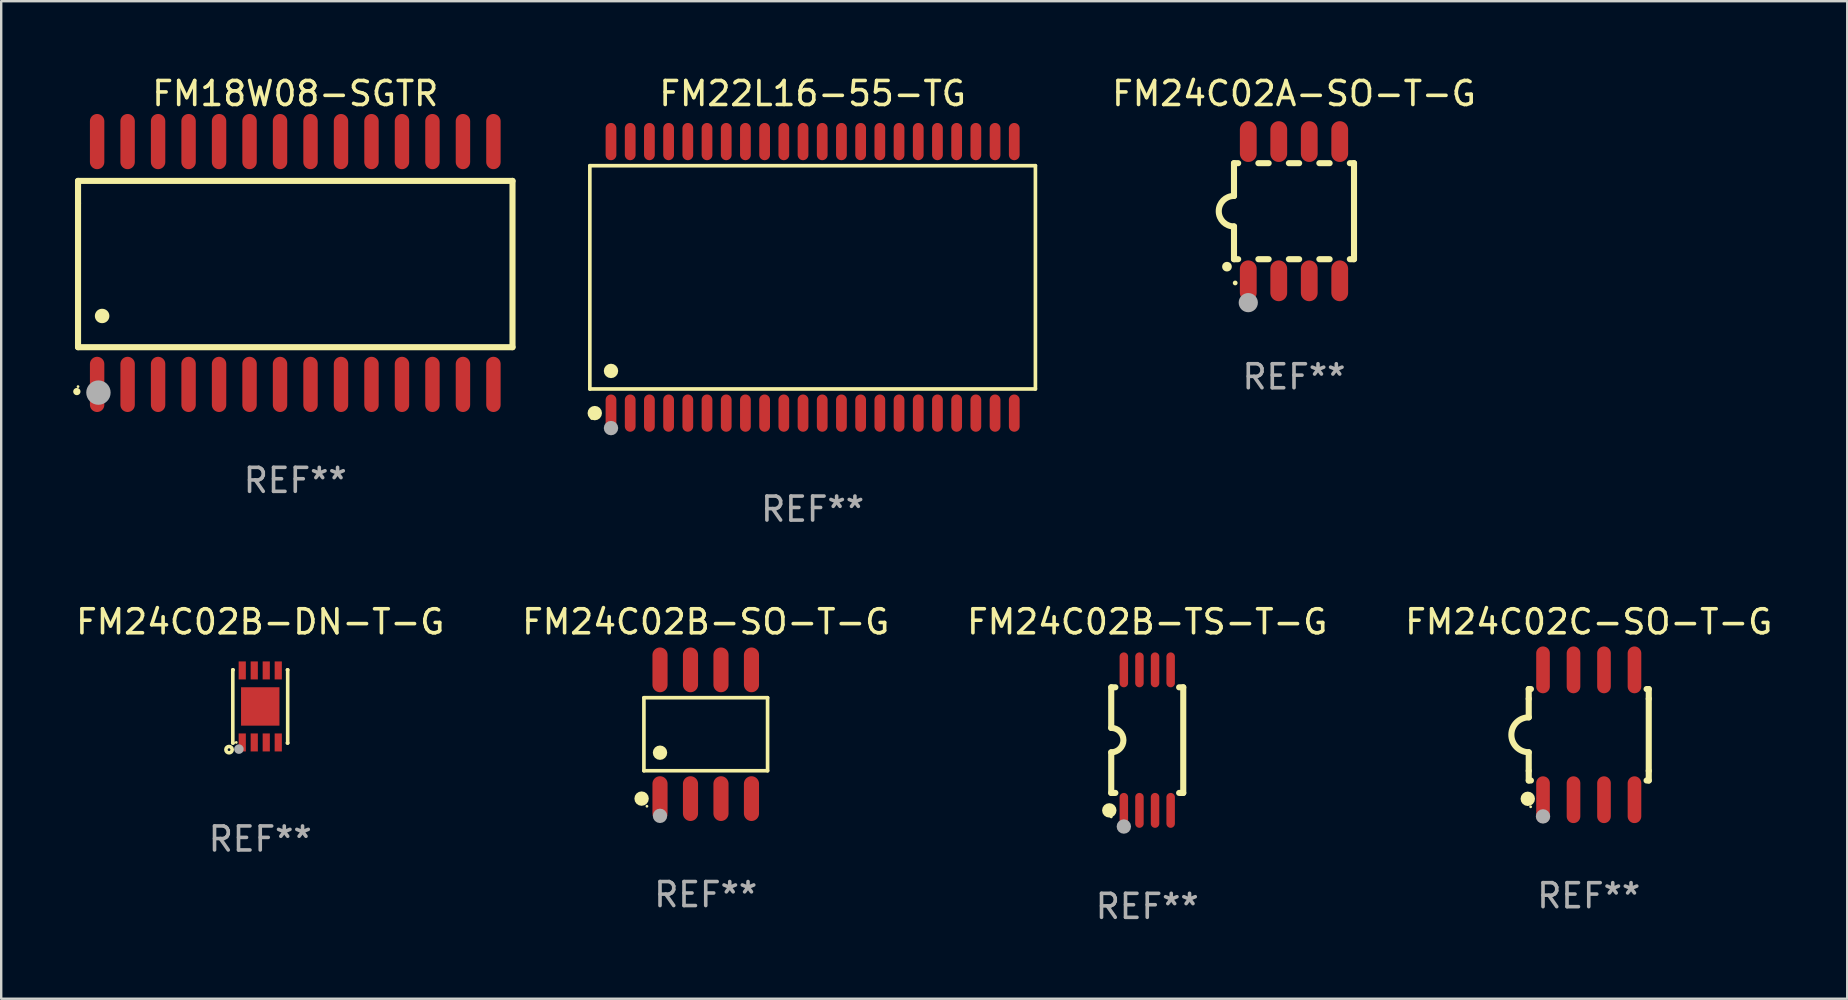
<source format=kicad_pcb>
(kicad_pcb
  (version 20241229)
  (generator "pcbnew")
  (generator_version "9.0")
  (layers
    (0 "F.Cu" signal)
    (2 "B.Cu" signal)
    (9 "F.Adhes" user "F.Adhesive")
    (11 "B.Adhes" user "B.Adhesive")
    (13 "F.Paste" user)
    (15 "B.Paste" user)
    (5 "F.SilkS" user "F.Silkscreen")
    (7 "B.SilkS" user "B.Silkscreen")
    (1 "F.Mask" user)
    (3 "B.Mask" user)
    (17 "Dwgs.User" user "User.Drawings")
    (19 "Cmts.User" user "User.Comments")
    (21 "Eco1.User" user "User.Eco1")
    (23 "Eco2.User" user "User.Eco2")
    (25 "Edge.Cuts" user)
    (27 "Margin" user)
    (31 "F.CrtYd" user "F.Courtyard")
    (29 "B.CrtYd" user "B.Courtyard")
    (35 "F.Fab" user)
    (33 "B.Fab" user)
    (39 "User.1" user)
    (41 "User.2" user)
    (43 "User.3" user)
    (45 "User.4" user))
  (footprint "FM24C02A-SO-T-G"
    (layer "F.Cu")
    (at 50.858 5.748)
    (property "Reference" "FM24C02A-SO-T-G" (at 0 -4.9 0) (layer "F.SilkS") (effects (font (size 1 1) (thickness 0.15))))
    (attr through_hole)
    (fp_line (start -2.5 -2) (end -2.5 -0.635) (stroke (width 0.254) (type solid)) (layer "F.SilkS"))
    (fp_line (start -2.5 -2) (end -2.326 -2) (stroke (width 0.254) (type solid)) (layer "F.SilkS"))
    (fp_line (start -2.5 2) (end -2.5 0.635) (stroke (width 0.254) (type solid)) (layer "F.SilkS"))
    (fp_line (start -2.5 2) (end -2.326 2) (stroke (width 0.254) (type solid)) (layer "F.SilkS"))
    (fp_line (start -1.484 -2) (end -1.056 -2) (stroke (width 0.254) (type solid)) (layer "F.SilkS"))
    (fp_line (start -1.484 2) (end -1.056 2) (stroke (width 0.254) (type solid)) (layer "F.SilkS"))
    (fp_line (start -0.214 -2) (end 0.214 -2) (stroke (width 0.254) (type solid)) (layer "F.SilkS"))
    (fp_line (start -0.214 2) (end 0.214 2) (stroke (width 0.254) (type solid)) (layer "F.SilkS"))
    (fp_line (start 1.056 -2) (end 1.484 -2) (stroke (width 0.254) (type solid)) (layer "F.SilkS"))
    (fp_line (start 1.056 2) (end 1.484 2) (stroke (width 0.254) (type solid)) (layer "F.SilkS"))
    (fp_line (start 2.326 -2) (end 2.5 -2) (stroke (width 0.254) (type solid)) (layer "F.SilkS"))
    (fp_line (start 2.326 2) (end 2.5 2) (stroke (width 0.254) (type solid)) (layer "F.SilkS"))
    (fp_line (start 2.5 -2) (end 2.5 2) (stroke (width 0.254) (type solid)) (layer "F.SilkS"))
    (fp_arc (start -2.794006 2.311405) (mid -2.792736 2.311401) (end -2.791466 2.311405) (stroke (width 0.4) (type solid)) (layer "F.SilkS"))
    (fp_arc (start -2.5 0.635001) (mid -3.134366 -0.000318) (end -2.499365 -0.635001) (stroke (width 0.254001) (type solid)) (layer "F.SilkS"))
    (fp_circle (center -2.45 2.99) (end -2.4 2.99) (stroke (width 0.1) (type solid)) (fill no) (layer "F.SilkS"))
    (fp_circle (center -1.905 3.81) (end -1.705 3.81) (stroke (width 0.4) (type solid)) (fill no) (layer "F.Fab"))
    (fp_text user "REF**" (at 0 6.9 0) (layer "F.Fab") (effects (font (size 1 1) (thickness 0.15))))
    (pad "1" smd oval (at -1.905 2.9 180) (size 0.7 1.7) (layers "F.Cu" "F.Mask" "F.Paste"))
    (pad "2" smd oval (at -0.635 2.9 180) (size 0.7 1.7) (layers "F.Cu" "F.Mask" "F.Paste"))
    (pad "3" smd oval (at 0.635 2.9 180) (size 0.7 1.7) (layers "F.Cu" "F.Mask" "F.Paste"))
    (pad "4" smd oval (at 1.905 2.9 180) (size 0.7 1.7) (layers "F.Cu" "F.Mask" "F.Paste"))
    (pad "5" smd oval (at 1.905 -2.9 180) (size 0.7 1.7) (layers "F.Cu" "F.Mask" "F.Paste"))
    (pad "6" smd oval (at 0.635 -2.9 180) (size 0.7 1.7) (layers "F.Cu" "F.Mask" "F.Paste"))
    (pad "7" smd oval (at -0.635 -2.9 180) (size 0.7 1.7) (layers "F.Cu" "F.Mask" "F.Paste"))
    (pad "8" smd oval (at -1.905 -2.9 180) (size 0.7 1.7) (layers "F.Cu" "F.Mask" "F.Paste")))
  (footprint "FM22L16-55-TG"
    (layer "F.Cu")
    (at 30.804 8.504)
    (property "Reference" "FM22L16-55-TG" (at 0 -7.656 0) (layer "F.SilkS") (effects (font (size 1 1) (thickness 0.15))))
    (attr through_hole)
    (fp_line (start -9.281 -4.651) (end 9.281 -4.651) (stroke (width 0.152) (type solid)) (layer "F.SilkS"))
    (fp_line (start -9.281 4.651) (end -9.281 -4.651) (stroke (width 0.152) (type solid)) (layer "F.SilkS"))
    (fp_line (start 9.281 -4.651) (end 9.281 4.651) (stroke (width 0.152) (type solid)) (layer "F.SilkS"))
    (fp_line (start 9.281 4.651) (end -9.281 4.651) (stroke (width 0.152) (type solid)) (layer "F.SilkS"))
    (fp_circle (center -9.205 5.88) (end -9.175 5.88) (stroke (width 0.06) (type solid)) (fill no) (layer "F.SilkS"))
    (fp_circle (center -9.076 5.656) (end -8.926 5.656) (stroke (width 0.3) (type solid)) (fill no) (layer "F.SilkS"))
    (fp_circle (center -8.4 3.899) (end -8.25 3.899) (stroke (width 0.3) (type solid)) (fill no) (layer "F.SilkS"))
    (fp_circle (center -8.4 6.28) (end -8.25 6.28) (stroke (width 0.3) (type solid)) (fill no) (layer "F.Fab"))
    (fp_text user "REF**" (at 0 9.656 0) (layer "F.Fab") (effects (font (size 1 1) (thickness 0.15))))
    (pad "1" smd oval (at -8.4 5.656) (size 0.448 1.551) (layers "F.Cu" "F.Mask" "F.Paste"))
    (pad "2" smd oval (at -7.6 5.656) (size 0.448 1.551) (layers "F.Cu" "F.Mask" "F.Paste"))
    (pad "3" smd oval (at -6.8 5.656) (size 0.448 1.551) (layers "F.Cu" "F.Mask" "F.Paste"))
    (pad "4" smd oval (at -6 5.656) (size 0.448 1.551) (layers "F.Cu" "F.Mask" "F.Paste"))
    (pad "5" smd oval (at -5.2 5.656) (size 0.448 1.551) (layers "F.Cu" "F.Mask" "F.Paste"))
    (pad "6" smd oval (at -4.4 5.656) (size 0.448 1.551) (layers "F.Cu" "F.Mask" "F.Paste"))
    (pad "7" smd oval (at -3.6 5.656) (size 0.448 1.551) (layers "F.Cu" "F.Mask" "F.Paste"))
    (pad "8" smd oval (at -2.8 5.656) (size 0.448 1.551) (layers "F.Cu" "F.Mask" "F.Paste"))
    (pad "9" smd oval (at -2 5.656) (size 0.448 1.551) (layers "F.Cu" "F.Mask" "F.Paste"))
    (pad "10" smd oval (at -1.2 5.656) (size 0.448 1.551) (layers "F.Cu" "F.Mask" "F.Paste"))
    (pad "11" smd oval (at -0.4 5.656) (size 0.448 1.551) (layers "F.Cu" "F.Mask" "F.Paste"))
    (pad "12" smd oval (at 0.4 5.656) (size 0.448 1.551) (layers "F.Cu" "F.Mask" "F.Paste"))
    (pad "13" smd oval (at 1.2 5.656) (size 0.448 1.551) (layers "F.Cu" "F.Mask" "F.Paste"))
    (pad "14" smd oval (at 2 5.656) (size 0.448 1.551) (layers "F.Cu" "F.Mask" "F.Paste"))
    (pad "15" smd oval (at 2.8 5.656) (size 0.448 1.551) (layers "F.Cu" "F.Mask" "F.Paste"))
    (pad "16" smd oval (at 3.6 5.656) (size 0.448 1.551) (layers "F.Cu" "F.Mask" "F.Paste"))
    (pad "17" smd oval (at 4.4 5.656) (size 0.448 1.551) (layers "F.Cu" "F.Mask" "F.Paste"))
    (pad "18" smd oval (at 5.2 5.656) (size 0.448 1.551) (layers "F.Cu" "F.Mask" "F.Paste"))
    (pad "19" smd oval (at 6 5.656) (size 0.448 1.551) (layers "F.Cu" "F.Mask" "F.Paste"))
    (pad "20" smd oval (at 6.8 5.656) (size 0.448 1.551) (layers "F.Cu" "F.Mask" "F.Paste"))
    (pad "21" smd oval (at 7.6 5.656) (size 0.448 1.551) (layers "F.Cu" "F.Mask" "F.Paste"))
    (pad "22" smd oval (at 8.4 5.656) (size 0.448 1.551) (layers "F.Cu" "F.Mask" "F.Paste"))
    (pad "23" smd oval (at 8.4 -5.656) (size 0.448 1.551) (layers "F.Cu" "F.Mask" "F.Paste"))
    (pad "24" smd oval (at 7.6 -5.656) (size 0.448 1.551) (layers "F.Cu" "F.Mask" "F.Paste"))
    (pad "25" smd oval (at 6.8 -5.656) (size 0.448 1.551) (layers "F.Cu" "F.Mask" "F.Paste"))
    (pad "26" smd oval (at 6 -5.656) (size 0.448 1.551) (layers "F.Cu" "F.Mask" "F.Paste"))
    (pad "27" smd oval (at 5.2 -5.656) (size 0.448 1.551) (layers "F.Cu" "F.Mask" "F.Paste"))
    (pad "28" smd oval (at 4.4 -5.656) (size 0.448 1.551) (layers "F.Cu" "F.Mask" "F.Paste"))
    (pad "29" smd oval (at 3.6 -5.656) (size 0.448 1.551) (layers "F.Cu" "F.Mask" "F.Paste"))
    (pad "30" smd oval (at 2.8 -5.656) (size 0.448 1.551) (layers "F.Cu" "F.Mask" "F.Paste"))
    (pad "31" smd oval (at 2 -5.656) (size 0.448 1.551) (layers "F.Cu" "F.Mask" "F.Paste"))
    (pad "32" smd oval (at 1.2 -5.656) (size 0.448 1.551) (layers "F.Cu" "F.Mask" "F.Paste"))
    (pad "33" smd oval (at 0.4 -5.656) (size 0.448 1.551) (layers "F.Cu" "F.Mask" "F.Paste"))
    (pad "34" smd oval (at -0.4 -5.656) (size 0.448 1.551) (layers "F.Cu" "F.Mask" "F.Paste"))
    (pad "35" smd oval (at -1.2 -5.656) (size 0.448 1.551) (layers "F.Cu" "F.Mask" "F.Paste"))
    (pad "36" smd oval (at -2 -5.656) (size 0.448 1.551) (layers "F.Cu" "F.Mask" "F.Paste"))
    (pad "37" smd oval (at -2.8 -5.656) (size 0.448 1.551) (layers "F.Cu" "F.Mask" "F.Paste"))
    (pad "38" smd oval (at -3.6 -5.656) (size 0.448 1.551) (layers "F.Cu" "F.Mask" "F.Paste"))
    (pad "39" smd oval (at -4.4 -5.656) (size 0.448 1.551) (layers "F.Cu" "F.Mask" "F.Paste"))
    (pad "40" smd oval (at -5.2 -5.656) (size 0.448 1.551) (layers "F.Cu" "F.Mask" "F.Paste"))
    (pad "41" smd oval (at -6 -5.656) (size 0.448 1.551) (layers "F.Cu" "F.Mask" "F.Paste"))
    (pad "42" smd oval (at -6.8 -5.656) (size 0.448 1.551) (layers "F.Cu" "F.Mask" "F.Paste"))
    (pad "43" smd oval (at -7.6 -5.656) (size 0.448 1.551) (layers "F.Cu" "F.Mask" "F.Paste"))
    (pad "44" smd oval (at -8.4 -5.656) (size 0.448 1.551) (layers "F.Cu" "F.Mask" "F.Paste")))
  (footprint "FM18W08-SGTR"
    (layer "F.Cu")
    (at 9.251 7.906)
    (property "Reference" "FM18W08-SGTR" (at 0 -7.058 0) (layer "F.SilkS") (effects (font (size 1 1) (thickness 0.15))))
    (attr through_hole)
    (fp_line (start -9.05 -3.42) (end 9.05 -3.42) (stroke (width 0.254) (type solid)) (layer "F.SilkS"))
    (fp_line (start -9.05 -2.492) (end -9.05 -3.42) (stroke (width 0.254) (type solid)) (layer "F.SilkS"))
    (fp_line (start -9.05 3.508) (end -9.05 -2.492) (stroke (width 0.254) (type solid)) (layer "F.SilkS"))
    (fp_line (start 9.05 -3.42) (end 9.05 3.508) (stroke (width 0.254) (type solid)) (layer "F.SilkS"))
    (fp_line (start 9.05 3.508) (end -9.05 3.508) (stroke (width 0.254) (type solid)) (layer "F.SilkS"))
    (fp_arc (start -9.100838 5.35649) (mid -9.099568 5.356485) (end -9.098298 5.35649) (stroke (width 0.3) (type solid)) (layer "F.SilkS"))
    (fp_arc (start -8.049276 2.206883) (mid -8.046736 2.206872) (end -8.044196 2.206883) (stroke (width 0.6) (type solid)) (layer "F.SilkS"))
    (fp_circle (center -9.05 5.15) (end -9.02 5.15) (stroke (width 0.06) (type solid)) (fill no) (layer "F.SilkS"))
    (fp_circle (center -8.2 5.4) (end -7.946 5.4) (stroke (width 0.508) (type solid)) (fill no) (layer "F.Fab"))
    (fp_text user "REF**" (at 0 9.058 0) (layer "F.Fab") (effects (font (size 1 1) (thickness 0.15))))
    (pad "1" smd oval (at -8.255 5.058 180) (size 0.6 2.3) (layers "F.Cu" "F.Mask" "F.Paste"))
    (pad "2" smd oval (at -6.985 5.058 180) (size 0.6 2.3) (layers "F.Cu" "F.Mask" "F.Paste"))
    (pad "3" smd oval (at -5.715 5.058 180) (size 0.6 2.3) (layers "F.Cu" "F.Mask" "F.Paste"))
    (pad "4" smd oval (at -4.445 5.058 180) (size 0.6 2.3) (layers "F.Cu" "F.Mask" "F.Paste"))
    (pad "5" smd oval (at -3.175 5.058 180) (size 0.6 2.3) (layers "F.Cu" "F.Mask" "F.Paste"))
    (pad "6" smd oval (at -1.905 5.058 180) (size 0.6 2.3) (layers "F.Cu" "F.Mask" "F.Paste"))
    (pad "7" smd oval (at -0.635 5.058 180) (size 0.6 2.3) (layers "F.Cu" "F.Mask" "F.Paste"))
    (pad "8" smd oval (at 0.635 5.058 180) (size 0.6 2.3) (layers "F.Cu" "F.Mask" "F.Paste"))
    (pad "9" smd oval (at 1.905 5.058 180) (size 0.6 2.3) (layers "F.Cu" "F.Mask" "F.Paste"))
    (pad "10" smd oval (at 3.175 5.058 180) (size 0.6 2.3) (layers "F.Cu" "F.Mask" "F.Paste"))
    (pad "11" smd oval (at 4.445 5.058 180) (size 0.6 2.3) (layers "F.Cu" "F.Mask" "F.Paste"))
    (pad "12" smd oval (at 5.715 5.058 180) (size 0.6 2.3) (layers "F.Cu" "F.Mask" "F.Paste"))
    (pad "13" smd oval (at 6.985 5.058 180) (size 0.6 2.3) (layers "F.Cu" "F.Mask" "F.Paste"))
    (pad "14" smd oval (at 8.255 5.058 180) (size 0.6 2.3) (layers "F.Cu" "F.Mask" "F.Paste"))
    (pad "15" smd oval (at 8.255 -5.058 180) (size 0.6 2.3) (layers "F.Cu" "F.Mask" "F.Paste"))
    (pad "16" smd oval (at 6.985 -5.058 180) (size 0.6 2.3) (layers "F.Cu" "F.Mask" "F.Paste"))
    (pad "17" smd oval (at 5.715 -5.058 180) (size 0.6 2.3) (layers "F.Cu" "F.Mask" "F.Paste"))
    (pad "18" smd oval (at 4.445 -5.058 180) (size 0.6 2.3) (layers "F.Cu" "F.Mask" "F.Paste"))
    (pad "19" smd oval (at 3.175 -5.058 180) (size 0.6 2.3) (layers "F.Cu" "F.Mask" "F.Paste"))
    (pad "20" smd oval (at 1.905 -5.058 180) (size 0.6 2.3) (layers "F.Cu" "F.Mask" "F.Paste"))
    (pad "21" smd oval (at 0.635 -5.058 180) (size 0.6 2.3) (layers "F.Cu" "F.Mask" "F.Paste"))
    (pad "22" smd oval (at -0.635 -5.058 180) (size 0.6 2.3) (layers "F.Cu" "F.Mask" "F.Paste"))
    (pad "23" smd oval (at -1.905 -5.058 180) (size 0.6 2.3) (layers "F.Cu" "F.Mask" "F.Paste"))
    (pad "24" smd oval (at -3.175 -5.058 180) (size 0.6 2.3) (layers "F.Cu" "F.Mask" "F.Paste"))
    (pad "25" smd oval (at -4.445 -5.058 180) (size 0.6 2.3) (layers "F.Cu" "F.Mask" "F.Paste"))
    (pad "26" smd oval (at -5.715 -5.058 180) (size 0.6 2.3) (layers "F.Cu" "F.Mask" "F.Paste"))
    (pad "27" smd oval (at -6.985 -5.058 180) (size 0.6 2.3) (layers "F.Cu" "F.Mask" "F.Paste"))
    (pad "28" smd oval (at -8.255 -5.058 180) (size 0.6 2.3) (layers "F.Cu" "F.Mask" "F.Paste")))
  (footprint "FM24C02B-TS-T-G"
    (layer "F.Cu")
    (at 44.744 27.783)
    (property "Reference" "FM24C02B-TS-T-G" (at 0 -4.927 0) (layer "F.SilkS") (effects (font (size 1 1) (thickness 0.15))))
    (attr through_hole)
    (fp_line (start -1.5 -2.2) (end -1.5 -0.508) (stroke (width 0.254) (type solid)) (layer "F.SilkS"))
    (fp_line (start -1.5 -2.2) (end -1.328 -2.2) (stroke (width 0.254) (type solid)) (layer "F.SilkS"))
    (fp_line (start -1.5 2.2) (end -1.5 0.508) (stroke (width 0.254) (type solid)) (layer "F.SilkS"))
    (fp_line (start -1.5 2.2) (end -1.328 2.2) (stroke (width 0.254) (type solid)) (layer "F.SilkS"))
    (fp_line (start 1.328 -2.2) (end 1.5 -2.2) (stroke (width 0.254) (type solid)) (layer "F.SilkS"))
    (fp_line (start 1.328 2.2) (end 1.5 2.2) (stroke (width 0.254) (type solid)) (layer "F.SilkS"))
    (fp_line (start 1.5 -2.2) (end 1.5 2.2) (stroke (width 0.254) (type solid)) (layer "F.SilkS"))
    (fp_arc (start -1.501144 -0.508) (mid -0.993143 -0.000571) (end -1.5 0.508001) (stroke (width 0.254001) (type solid)) (layer "F.SilkS"))
    (fp_circle (center -1.581 2.927) (end -1.431 2.927) (stroke (width 0.3) (type solid)) (fill no) (layer "F.SilkS"))
    (fp_circle (center -1.5 3.2) (end -1.47 3.2) (stroke (width 0.06) (type solid)) (fill no) (layer "F.SilkS"))
    (fp_circle (center -0.975 3.6) (end -0.825 3.6) (stroke (width 0.3) (type solid)) (fill no) (layer "F.Fab"))
    (fp_text user "REF**" (at 0 6.927 0) (layer "F.Fab") (effects (font (size 1 1) (thickness 0.15))))
    (pad "1" smd oval (at -0.975 2.927) (size 0.353 1.454) (layers "F.Cu" "F.Mask" "F.Paste"))
    (pad "2" smd oval (at -0.325 2.927) (size 0.353 1.454) (layers "F.Cu" "F.Mask" "F.Paste"))
    (pad "3" smd oval (at 0.325 2.927) (size 0.353 1.454) (layers "F.Cu" "F.Mask" "F.Paste"))
    (pad "4" smd oval (at 0.975 2.927) (size 0.353 1.454) (layers "F.Cu" "F.Mask" "F.Paste"))
    (pad "5" smd oval (at 0.975 -2.927) (size 0.353 1.454) (layers "F.Cu" "F.Mask" "F.Paste"))
    (pad "6" smd oval (at 0.325 -2.927) (size 0.353 1.454) (layers "F.Cu" "F.Mask" "F.Paste"))
    (pad "7" smd oval (at -0.325 -2.927) (size 0.353 1.454) (layers "F.Cu" "F.Mask" "F.Paste"))
    (pad "8" smd oval (at -0.975 -2.927) (size 0.353 1.454) (layers "F.Cu" "F.Mask" "F.Paste")))
  (footprint "FM24C02C-SO-T-G"
    (layer "F.Cu")
    (at 63.137 27.561)
    (property "Reference" "FM24C02C-SO-T-G" (at 0 -4.705 0) (layer "F.SilkS") (effects (font (size 1 1) (thickness 0.15))))
    (attr through_hole)
    (fp_line (start -2.5 -1.905) (end -2.409 -1.905) (stroke (width 0.254) (type solid)) (layer "F.SilkS"))
    (fp_line (start -2.5 -1.5) (end -2.5 -1.905) (stroke (width 0.254) (type solid)) (layer "F.SilkS"))
    (fp_line (start -2.5 -1.5) (end -2.5 -0.726) (stroke (width 0.254) (type solid)) (layer "F.SilkS"))
    (fp_line (start -2.5 1.5) (end -2.5 0.727) (stroke (width 0.254) (type solid)) (layer "F.SilkS"))
    (fp_line (start -2.5 1.5) (end -2.5 1.905) (stroke (width 0.254) (type solid)) (layer "F.SilkS"))
    (fp_line (start -2.5 1.905) (end -2.409 1.905) (stroke (width 0.254) (type solid)) (layer "F.SilkS"))
    (fp_line (start 2.5 -1.905) (end 2.409 -1.905) (stroke (width 0.254) (type solid)) (layer "F.SilkS"))
    (fp_line (start 2.5 -1.5) (end 2.5 -1.905) (stroke (width 0.254) (type solid)) (layer "F.SilkS"))
    (fp_line (start 2.5 -1.5) (end 2.5 1.5) (stroke (width 0.254) (type solid)) (layer "F.SilkS"))
    (fp_line (start 2.5 1.5) (end 2.5 1.905) (stroke (width 0.254) (type solid)) (layer "F.SilkS"))
    (fp_line (start 2.5 1.905) (end 2.409 1.905) (stroke (width 0.254) (type solid)) (layer "F.SilkS"))
    (fp_arc (start -2.5 0.726568) (mid -3.220316 -0.0023) (end -2.495097 -0.726289) (stroke (width 0.254001) (type solid)) (layer "F.SilkS"))
    (fp_circle (center -2.54 2.667) (end -2.39 2.667) (stroke (width 0.3) (type solid)) (fill no) (layer "F.SilkS"))
    (fp_circle (center -2.42 3) (end -2.39 3) (stroke (width 0.06) (type solid)) (fill no) (layer "F.SilkS"))
    (fp_circle (center -1.905 3.4) (end -1.755 3.4) (stroke (width 0.3) (type solid)) (fill no) (layer "F.Fab"))
    (fp_text user "REF**" (at 0 6.705 0) (layer "F.Fab") (effects (font (size 1 1) (thickness 0.15))))
    (pad "1" smd oval (at -1.905 2.705) (size 0.568 1.95) (layers "F.Cu" "F.Mask" "F.Paste"))
    (pad "2" smd oval (at -0.635 2.705) (size 0.568 1.95) (layers "F.Cu" "F.Mask" "F.Paste"))
    (pad "3" smd oval (at 0.635 2.705) (size 0.568 1.95) (layers "F.Cu" "F.Mask" "F.Paste"))
    (pad "4" smd oval (at 1.905 2.705) (size 0.568 1.95) (layers "F.Cu" "F.Mask" "F.Paste"))
    (pad "5" smd oval (at 1.905 -2.705) (size 0.568 1.95) (layers "F.Cu" "F.Mask" "F.Paste"))
    (pad "6" smd oval (at 0.635 -2.705) (size 0.568 1.95) (layers "F.Cu" "F.Mask" "F.Paste"))
    (pad "7" smd oval (at -0.635 -2.705) (size 0.568 1.95) (layers "F.Cu" "F.Mask" "F.Paste"))
    (pad "8" smd oval (at -1.905 -2.705) (size 0.568 1.95) (layers "F.Cu" "F.Mask" "F.Paste")))
  (footprint "FM24C02B-DN-T-G"
    (layer "F.Cu")
    (at 7.792 26.38)
    (property "Reference" "FM24C02B-DN-T-G" (at 0 -3.524 0) (layer "F.SilkS") (effects (font (size 1 1) (thickness 0.15))))
    (attr through_hole)
    (fp_line (start -1.143 -1.524) (end -1.143 1.524) (stroke (width 0.15) (type solid)) (layer "F.SilkS"))
    (fp_line (start -1.143 1.524) (end -1.129 1.524) (stroke (width 0.15) (type solid)) (layer "F.SilkS"))
    (fp_line (start -1.129 -1.524) (end -1.143 -1.524) (stroke (width 0.15) (type solid)) (layer "F.SilkS"))
    (fp_line (start 1.129 1.524) (end 1.143 1.524) (stroke (width 0.15) (type solid)) (layer "F.SilkS"))
    (fp_line (start 1.143 -1.524) (end 1.129 -1.524) (stroke (width 0.15) (type solid)) (layer "F.SilkS"))
    (fp_line (start 1.143 1.524) (end 1.143 -1.524) (stroke (width 0.15) (type solid)) (layer "F.SilkS"))
    (fp_circle (center -1.3 1.8) (end -1.243 1.8) (stroke (width 0.15) (type solid)) (fill no) (layer "F.SilkS"))
    (fp_circle (center -1 1.5) (end -0.97 1.5) (stroke (width 0.06) (type solid)) (fill no) (layer "F.SilkS"))
    (fp_circle (center -0.889 1.778) (end -0.789 1.778) (stroke (width 0.2) (type solid)) (fill no) (layer "F.Fab"))
    (fp_text user "REF**" (at 0 5.524 0) (layer "F.Fab") (effects (font (size 1 1) (thickness 0.15))))
    (pad "1" smd rect (at -0.75 1.5 90) (size 0.75 0.3) (layers "F.Cu" "F.Mask" "F.Paste"))
    (pad "2" smd rect (at -0.25 1.5 90) (size 0.75 0.3) (layers "F.Cu" "F.Mask" "F.Paste"))
    (pad "3" smd rect (at 0.25 1.5 90) (size 0.75 0.3) (layers "F.Cu" "F.Mask" "F.Paste"))
    (pad "4" smd rect (at 0.75 1.5 90) (size 0.75 0.3) (layers "F.Cu" "F.Mask" "F.Paste"))
    (pad "5" smd rect (at 0.75 -1.5 90) (size 0.75 0.3) (layers "F.Cu" "F.Mask" "F.Paste"))
    (pad "6" smd rect (at 0.25 -1.5 90) (size 0.75 0.3) (layers "F.Cu" "F.Mask" "F.Paste"))
    (pad "7" smd rect (at -0.25 -1.5 90) (size 0.75 0.3) (layers "F.Cu" "F.Mask" "F.Paste"))
    (pad "8" smd rect (at -0.75 -1.5 90) (size 0.75 0.3) (layers "F.Cu" "F.Mask" "F.Paste"))
    (pad "9" smd rect (at -0.000203 0.000457 90) (size 1.6 1.6) (layers "F.Cu" "F.Mask" "F.Paste")))
  (footprint "FM24C02B-SO-T-G"
    (layer "F.Cu")
    (at 26.351 27.538)
    (property "Reference" "FM24C02B-SO-T-G" (at 0 -4.682 0) (layer "F.SilkS") (effects (font (size 1 1) (thickness 0.15))))
    (attr through_hole)
    (fp_line (start -2.576 -1.521) (end 2.576 -1.521) (stroke (width 0.152) (type solid)) (layer "F.SilkS"))
    (fp_line (start -2.576 1.521) (end -2.576 -1.521) (stroke (width 0.152) (type solid)) (layer "F.SilkS"))
    (fp_line (start 2.576 -1.521) (end 2.576 1.521) (stroke (width 0.152) (type solid)) (layer "F.SilkS"))
    (fp_line (start 2.576 1.521) (end -2.576 1.521) (stroke (width 0.152) (type solid)) (layer "F.SilkS"))
    (fp_circle (center -2.672 2.682) (end -2.522 2.682) (stroke (width 0.3) (type solid)) (fill no) (layer "F.SilkS"))
    (fp_circle (center -2.45 3) (end -2.42 3) (stroke (width 0.06) (type solid)) (fill no) (layer "F.SilkS"))
    (fp_circle (center -1.905 0.769) (end -1.755 0.769) (stroke (width 0.3) (type solid)) (fill no) (layer "F.SilkS"))
    (fp_circle (center -1.905 3.4) (end -1.755 3.4) (stroke (width 0.3) (type solid)) (fill no) (layer "F.Fab"))
    (fp_text user "REF**" (at 0 6.682 0) (layer "F.Fab") (effects (font (size 1 1) (thickness 0.15))))
    (pad "1" smd oval (at -1.905 2.682) (size 0.63 1.865) (layers "F.Cu" "F.Mask" "F.Paste"))
    (pad "2" smd oval (at -0.635 2.682) (size 0.63 1.865) (layers "F.Cu" "F.Mask" "F.Paste"))
    (pad "3" smd oval (at 0.635 2.682) (size 0.63 1.865) (layers "F.Cu" "F.Mask" "F.Paste"))
    (pad "4" smd oval (at 1.905 2.682) (size 0.63 1.865) (layers "F.Cu" "F.Mask" "F.Paste"))
    (pad "5" smd oval (at 1.905 -2.682) (size 0.63 1.865) (layers "F.Cu" "F.Mask" "F.Paste"))
    (pad "6" smd oval (at 0.635 -2.682) (size 0.63 1.865) (layers "F.Cu" "F.Mask" "F.Paste"))
    (pad "7" smd oval (at -0.635 -2.682) (size 0.63 1.865) (layers "F.Cu" "F.Mask" "F.Paste"))
    (pad "8" smd oval (at -1.905 -2.682) (size 0.63 1.865) (layers "F.Cu" "F.Mask" "F.Paste")))
  (gr_rect
    (start -3 -3)
    (end 73.905 38.558)
    (stroke (width 0.1) (type default))
    (fill no)
    (layer "Edge.Cuts")))
</source>
